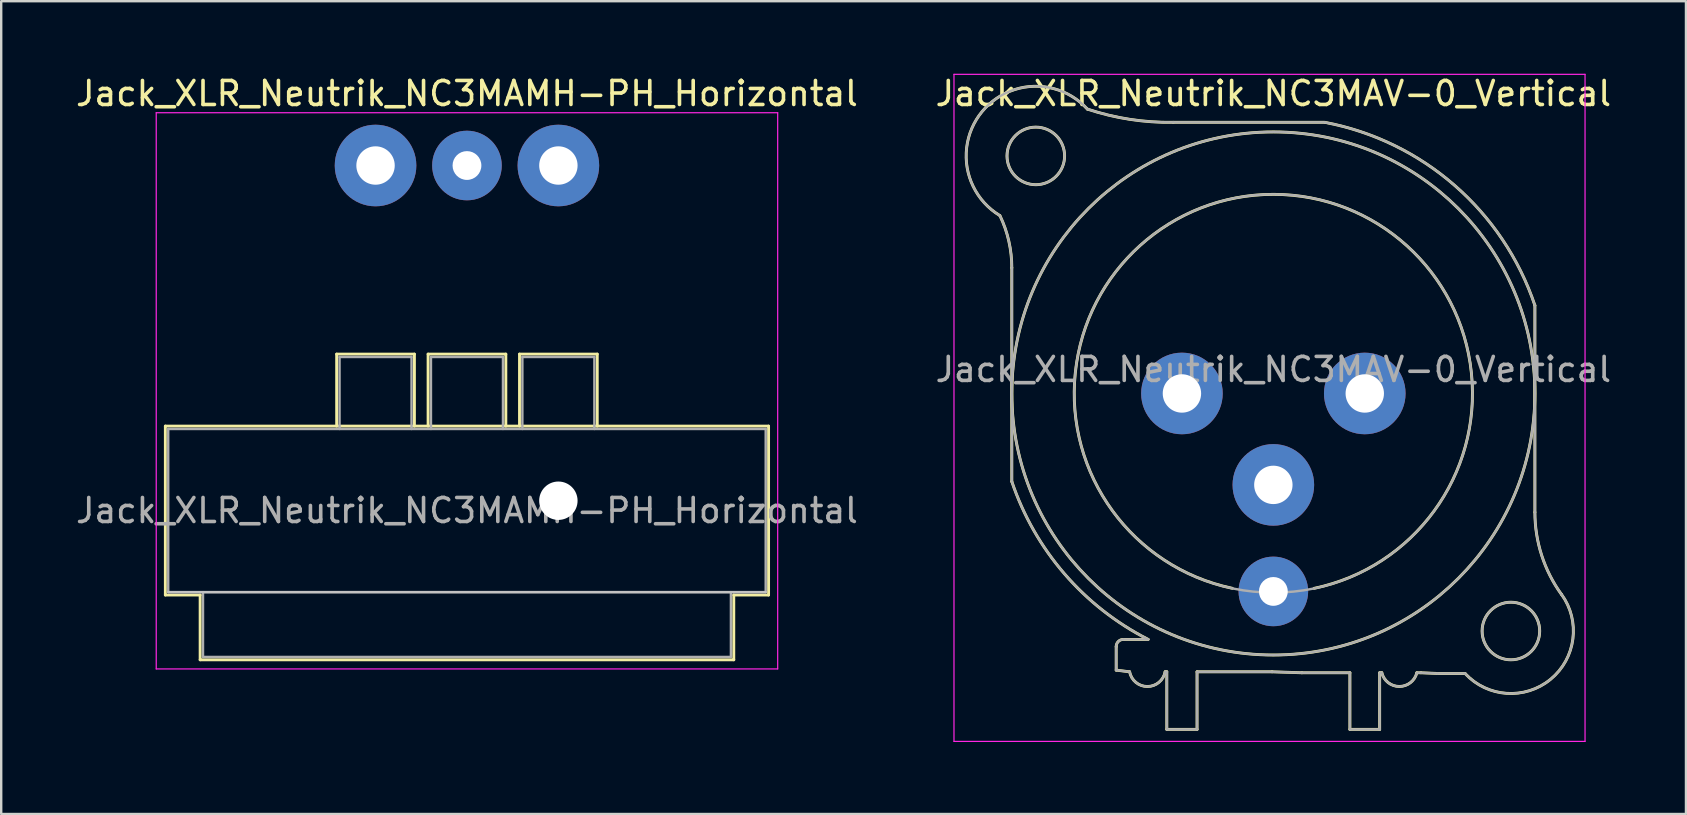
<source format=kicad_pcb>
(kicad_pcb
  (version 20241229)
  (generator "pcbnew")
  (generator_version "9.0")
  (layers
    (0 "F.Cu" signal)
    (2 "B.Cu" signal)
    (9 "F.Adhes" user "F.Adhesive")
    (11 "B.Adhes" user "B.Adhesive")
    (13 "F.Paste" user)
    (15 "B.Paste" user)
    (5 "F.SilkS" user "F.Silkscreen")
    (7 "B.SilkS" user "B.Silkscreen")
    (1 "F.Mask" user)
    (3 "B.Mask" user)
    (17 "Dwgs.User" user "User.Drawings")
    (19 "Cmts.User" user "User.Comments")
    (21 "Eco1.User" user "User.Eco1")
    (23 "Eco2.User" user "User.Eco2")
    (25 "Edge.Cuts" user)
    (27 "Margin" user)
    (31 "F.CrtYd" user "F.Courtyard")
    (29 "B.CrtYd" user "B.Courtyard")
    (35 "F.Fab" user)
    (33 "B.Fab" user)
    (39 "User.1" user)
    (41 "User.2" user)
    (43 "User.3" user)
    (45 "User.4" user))
  (footprint "Jack_XLR_Neutrik_NC3MAMH-PH_Horizontal"
    (layer "F.Cu")
    (at 12.601 3.848)
    (property "Reference" "Jack_XLR_Neutrik_NC3MAMH-PH_Horizontal" (at 3.81 -3 0) (layer "F.SilkS") (effects (font (size 1 1) (thickness 0.15))))
    (attr through_hole)
    (fp_line (start -8.76 10.86) (end 16.38 10.86) (stroke (width 0.12) (type solid)) (layer "F.SilkS"))
    (fp_line (start -8.76 17.9) (end -8.76 10.86) (stroke (width 0.12) (type solid)) (layer "F.SilkS"))
    (fp_line (start -7.31 17.9) (end -8.76 17.9) (stroke (width 0.12) (type solid)) (layer "F.SilkS"))
    (fp_line (start -7.31 17.9) (end -7.31 20.6) (stroke (width 0.12) (type solid)) (layer "F.SilkS"))
    (fp_line (start -1.62 10.86) (end -1.62 7.86) (stroke (width 0.12) (type solid)) (layer "F.SilkS"))
    (fp_line (start 1.62 7.86) (end -1.62 7.86) (stroke (width 0.12) (type solid)) (layer "F.SilkS"))
    (fp_line (start 1.62 10.86) (end 1.62 7.86) (stroke (width 0.12) (type solid)) (layer "F.SilkS"))
    (fp_line (start 2.19 10.86) (end 2.19 7.86) (stroke (width 0.12) (type solid)) (layer "F.SilkS"))
    (fp_line (start 5.43 7.86) (end 2.19 7.86) (stroke (width 0.12) (type solid)) (layer "F.SilkS"))
    (fp_line (start 5.43 10.86) (end 5.43 7.86) (stroke (width 0.12) (type solid)) (layer "F.SilkS"))
    (fp_line (start 6 10.86) (end 6 7.86) (stroke (width 0.12) (type solid)) (layer "F.SilkS"))
    (fp_line (start 9.24 7.86) (end 6 7.86) (stroke (width 0.12) (type solid)) (layer "F.SilkS"))
    (fp_line (start 9.24 10.86) (end 9.24 7.86) (stroke (width 0.12) (type solid)) (layer "F.SilkS"))
    (fp_line (start 14.93 17.9) (end 14.93 20.6) (stroke (width 0.12) (type solid)) (layer "F.SilkS"))
    (fp_line (start 14.93 20.6) (end -7.31 20.6) (stroke (width 0.12) (type solid)) (layer "F.SilkS"))
    (fp_line (start 16.38 17.9) (end 14.93 17.9) (stroke (width 0.12) (type solid)) (layer "F.SilkS"))
    (fp_line (start 16.38 17.9) (end 16.38 10.86) (stroke (width 0.12) (type solid)) (layer "F.SilkS"))
    (fp_line (start 16.26 17.78) (end -8.64 17.78) (stroke (width 0.1) (type solid)) (layer "Dwgs.User"))
    (fp_line (start -9.14 20.98) (end -9.14 -2.2) (stroke (width 0.05) (type solid)) (layer "F.CrtYd"))
    (fp_line (start 16.76 -2.2) (end -9.14 -2.2) (stroke (width 0.05) (type solid)) (layer "F.CrtYd"))
    (fp_line (start 16.76 20.98) (end -9.14 20.98) (stroke (width 0.05) (type solid)) (layer "F.CrtYd"))
    (fp_line (start 16.76 20.98) (end 16.76 -2.2) (stroke (width 0.05) (type solid)) (layer "F.CrtYd"))
    (fp_line (start -8.64 10.98) (end 16.26 10.98) (stroke (width 0.1) (type solid)) (layer "F.Fab"))
    (fp_line (start -8.64 17.78) (end -8.64 10.98) (stroke (width 0.1) (type solid)) (layer "F.Fab"))
    (fp_line (start -7.19 20.48) (end -7.19 17.78) (stroke (width 0.1) (type solid)) (layer "F.Fab"))
    (fp_line (start -1.5 7.98) (end -1.5 10.98) (stroke (width 0.1) (type solid)) (layer "F.Fab"))
    (fp_line (start 1.5 7.98) (end -1.5 7.98) (stroke (width 0.1) (type solid)) (layer "F.Fab"))
    (fp_line (start 1.5 10.98) (end 1.5 7.98) (stroke (width 0.1) (type solid)) (layer "F.Fab"))
    (fp_line (start 2.31 10.98) (end 2.31 7.98) (stroke (width 0.1) (type solid)) (layer "F.Fab"))
    (fp_line (start 5.31 7.98) (end 2.31 7.98) (stroke (width 0.1) (type solid)) (layer "F.Fab"))
    (fp_line (start 5.31 10.98) (end 5.31 7.98) (stroke (width 0.1) (type solid)) (layer "F.Fab"))
    (fp_line (start 6.12 10.98) (end 6.12 7.98) (stroke (width 0.1) (type solid)) (layer "F.Fab"))
    (fp_line (start 9.12 7.98) (end 6.12 7.98) (stroke (width 0.1) (type solid)) (layer "F.Fab"))
    (fp_line (start 9.12 10.98) (end 9.12 7.98) (stroke (width 0.1) (type solid)) (layer "F.Fab"))
    (fp_line (start 14.81 17.78) (end 14.81 20.48) (stroke (width 0.1) (type solid)) (layer "F.Fab"))
    (fp_line (start 14.81 20.48) (end -7.19 20.48) (stroke (width 0.1) (type solid)) (layer "F.Fab"))
    (fp_line (start 16.26 10.98) (end 16.26 17.78) (stroke (width 0.1) (type solid)) (layer "F.Fab"))
    (fp_line (start 16.26 17.78) (end -8.64 17.78) (stroke (width 0.1) (type solid)) (layer "F.Fab"))
    (fp_text user "${REFERENCE}" (at 3.81 14.38 0) (layer "F.Fab") (effects (font (size 1 1) (thickness 0.15))))
    (pad "" np_thru_hole circle (at 7.62 13.97) (size 1.6 1.6) (drill 1.6) (layers "*.Cu" "*.Mask"))
    (pad "1" thru_hole circle (at 0 0) (size 3.4 3.4) (drill 1.6) (layers "*.Cu" "*.Mask"))
    (pad "2" thru_hole circle (at 7.62 0) (size 3.4 3.4) (drill 1.6) (layers "*.Cu" "*.Mask"))
    (pad "3" thru_hole circle (at 3.81 0) (size 2.9 2.9) (drill 1.2) (layers "*.Cu" "*.Mask")))
  (footprint "Jack_XLR_Neutrik_NC3MAV-0_Vertical"
    (layer "F.Cu")
    (at 46.208 13.348)
    (property "Reference" "Jack_XLR_Neutrik_NC3MAV-0_Vertical" (at 3.81 -12.5 0) (layer "F.SilkS") (effects (font (size 1 1) (thickness 0.15))))
    (attr through_hole)
    (fp_line (start -7.09 3.67) (end -7.09 -5.24) (stroke (width 0.12) (type solid)) (layer "F.SilkS"))
    (fp_line (start -2.74 11.53) (end -2.74 10.55) (stroke (width 0.12) (type solid)) (layer "F.SilkS"))
    (fp_line (start -2.74 11.53) (end -2.18 11.6) (stroke (width 0.12) (type solid)) (layer "F.SilkS"))
    (fp_line (start -1.41 10.25) (end -2.44 10.25) (stroke (width 0.12) (type solid)) (layer "F.SilkS"))
    (fp_line (start -0.7 11.6) (end -0.63 11.6) (stroke (width 0.12) (type solid)) (layer "F.SilkS"))
    (fp_line (start -0.63 11.6) (end -0.63 14) (stroke (width 0.12) (type solid)) (layer "F.SilkS"))
    (fp_line (start 0.63 11.6) (end 0.63 14) (stroke (width 0.12) (type solid)) (layer "F.SilkS"))
    (fp_line (start 0.63 11.6) (end 3.76 11.6) (stroke (width 0.12) (type solid)) (layer "F.SilkS"))
    (fp_line (start 0.63 14) (end -0.63 14) (stroke (width 0.12) (type solid)) (layer "F.SilkS"))
    (fp_line (start 3.76 11.6) (end 5 11.64) (stroke (width 0.12) (type solid)) (layer "F.SilkS"))
    (fp_line (start 5 11.64) (end 7 11.64) (stroke (width 0.12) (type solid)) (layer "F.SilkS"))
    (fp_line (start 5.95 -11.3) (end -0.36 -11.3) (stroke (width 0.12) (type solid)) (layer "F.SilkS"))
    (fp_line (start 7 11.64) (end 7 14) (stroke (width 0.12) (type solid)) (layer "F.SilkS"))
    (fp_line (start 8.24 11.64) (end 8.24 14) (stroke (width 0.12) (type solid)) (layer "F.SilkS"))
    (fp_line (start 8.24 11.64) (end 8.33 11.64) (stroke (width 0.12) (type solid)) (layer "F.SilkS"))
    (fp_line (start 8.24 14) (end 7 14) (stroke (width 0.12) (type solid)) (layer "F.SilkS"))
    (fp_line (start 9.79 11.64) (end 9.96 11.64) (stroke (width 0.12) (type solid)) (layer "F.SilkS"))
    (fp_line (start 9.96 11.64) (end 10.66 11.67) (stroke (width 0.12) (type solid)) (layer "F.SilkS"))
    (fp_line (start 10.66 11.67) (end 11.8 11.67) (stroke (width 0.12) (type solid)) (layer "F.SilkS"))
    (fp_line (start 14.71 -3.67) (end 14.71 4.95) (stroke (width 0.12) (type solid)) (layer "F.SilkS"))
    (fp_arc (start -7.593301 -7.417041) (mid -8.329941 -11.745986) (end -3.94 -11.85) (stroke (width 0.12) (type solid)) (layer "F.SilkS"))
    (fp_arc (start -7.585604 -7.412632) (mid -7.215472 -6.354221) (end -7.09 -5.24) (stroke (width 0.12) (type solid)) (layer "F.SilkS"))
    (fp_arc (start -2.74 10.55) (mid -2.652132 10.337868) (end -2.44 10.25) (stroke (width 0.12) (type solid)) (layer "F.SilkS"))
    (fp_arc (start -1.409988 10.248445) (mid -4.895314 7.51641) (end -7.09 3.67) (stroke (width 0.12) (type solid)) (layer "F.SilkS"))
    (fp_arc (start -0.699936 11.599661) (mid -1.439828 12.213127) (end -2.18 11.6) (stroke (width 0.12) (type solid)) (layer "F.SilkS"))
    (fp_arc (start -0.36 -11.3) (mid -2.1728 -11.424322) (end -3.939109 -11.850762) (stroke (width 0.12) (type solid)) (layer "F.SilkS"))
    (fp_arc (start 2.1 8.12) (mid 3.816114 -8.2981) (end 5.508033 8.122511) (stroke (width 0.12) (type solid)) (layer "F.SilkS"))
    (fp_arc (start 5.963496 -11.297847) (mid 11.369395 -8.668013) (end 14.71 -3.67) (stroke (width 0.12) (type solid)) (layer "F.SilkS"))
    (fp_arc (start 9.789694 11.641238) (mid 9.059362 12.211864) (end 8.33 11.64) (stroke (width 0.12) (type solid)) (layer "F.SilkS"))
    (fp_arc (start 15.815277 8.372002) (mid 14.993173 6.748036) (end 14.71 4.95) (stroke (width 0.12) (type solid)) (layer "F.SilkS"))
    (fp_arc (start 15.818809 8.372281) (mid 15.361853 11.913053) (end 11.8 11.67) (stroke (width 0.12) (type solid)) (layer "F.SilkS"))
    (fp_circle (center -6.09 -9.9) (end -4.89 -9.9) (stroke (width 0.12) (type solid)) (fill no) (layer "F.SilkS"))
    (fp_circle (center 3.81 0) (end 14.71 0) (stroke (width 0.12) (type solid)) (fill no) (layer "F.SilkS"))
    (fp_circle (center 13.71 9.9) (end 14.91 9.9) (stroke (width 0.12) (type solid)) (fill no) (layer "F.SilkS"))
    (fp_line (start -9.5 -13.3) (end 16.8 -13.3) (stroke (width 0.05) (type solid)) (layer "F.CrtYd"))
    (fp_line (start -9.5 14.5) (end -9.5 -13.3) (stroke (width 0.05) (type solid)) (layer "F.CrtYd"))
    (fp_line (start 16.8 -13.3) (end 16.8 14.5) (stroke (width 0.05) (type solid)) (layer "F.CrtYd"))
    (fp_line (start 16.8 14.5) (end -9.5 14.5) (stroke (width 0.05) (type solid)) (layer "F.CrtYd"))
    (fp_line (start -7.09 3.67) (end -7.09 -5.24) (stroke (width 0.1) (type solid)) (layer "F.Fab"))
    (fp_line (start -2.74 11.53) (end -2.74 10.55) (stroke (width 0.1) (type solid)) (layer "F.Fab"))
    (fp_line (start -2.74 11.53) (end -2.18 11.6) (stroke (width 0.1) (type solid)) (layer "F.Fab"))
    (fp_line (start -1.41 10.25) (end -2.44 10.25) (stroke (width 0.1) (type solid)) (layer "F.Fab"))
    (fp_line (start -0.7 11.6) (end -0.63 11.6) (stroke (width 0.1) (type solid)) (layer "F.Fab"))
    (fp_line (start -0.63 11.6) (end -0.63 14) (stroke (width 0.1) (type solid)) (layer "F.Fab"))
    (fp_line (start 0.63 11.6) (end 0.63 14) (stroke (width 0.1) (type solid)) (layer "F.Fab"))
    (fp_line (start 0.63 11.6) (end 3.76 11.6) (stroke (width 0.1) (type solid)) (layer "F.Fab"))
    (fp_line (start 0.63 14) (end -0.63 14) (stroke (width 0.1) (type solid)) (layer "F.Fab"))
    (fp_line (start 3.76 11.6) (end 5 11.64) (stroke (width 0.1) (type solid)) (layer "F.Fab"))
    (fp_line (start 5 11.64) (end 7 11.64) (stroke (width 0.1) (type solid)) (layer "F.Fab"))
    (fp_line (start 5.95 -11.3) (end -0.36 -11.3) (stroke (width 0.1) (type solid)) (layer "F.Fab"))
    (fp_line (start 7 11.64) (end 7 14) (stroke (width 0.1) (type solid)) (layer "F.Fab"))
    (fp_line (start 8.24 11.64) (end 8.24 14) (stroke (width 0.1) (type solid)) (layer "F.Fab"))
    (fp_line (start 8.24 11.64) (end 8.33 11.64) (stroke (width 0.1) (type solid)) (layer "F.Fab"))
    (fp_line (start 8.24 14) (end 7 14) (stroke (width 0.1) (type solid)) (layer "F.Fab"))
    (fp_line (start 9.79 11.64) (end 9.96 11.64) (stroke (width 0.1) (type solid)) (layer "F.Fab"))
    (fp_line (start 9.96 11.64) (end 10.66 11.67) (stroke (width 0.1) (type solid)) (layer "F.Fab"))
    (fp_line (start 10.66 11.67) (end 11.8 11.67) (stroke (width 0.1) (type solid)) (layer "F.Fab"))
    (fp_line (start 14.71 -3.67) (end 14.71 4.95) (stroke (width 0.1) (type solid)) (layer "F.Fab"))
    (fp_arc (start -7.593301 -7.417041) (mid -8.329941 -11.745986) (end -3.94 -11.85) (stroke (width 0.1) (type solid)) (layer "F.Fab"))
    (fp_arc (start -7.585604 -7.412632) (mid -7.215472 -6.354221) (end -7.09 -5.24) (stroke (width 0.1) (type solid)) (layer "F.Fab"))
    (fp_arc (start -2.74 10.55) (mid -2.652132 10.337868) (end -2.44 10.25) (stroke (width 0.1) (type solid)) (layer "F.Fab"))
    (fp_arc (start -1.409988 10.248445) (mid -4.895314 7.51641) (end -7.09 3.67) (stroke (width 0.1) (type solid)) (layer "F.Fab"))
    (fp_arc (start -0.699936 11.599661) (mid -1.439828 12.213127) (end -2.18 11.6) (stroke (width 0.1) (type solid)) (layer "F.Fab"))
    (fp_arc (start -0.36 -11.3) (mid -2.1728 -11.424322) (end -3.939109 -11.850762) (stroke (width 0.1) (type solid)) (layer "F.Fab"))
    (fp_arc (start 5.963496 -11.297847) (mid 11.369395 -8.668013) (end 14.71 -3.67) (stroke (width 0.1) (type solid)) (layer "F.Fab"))
    (fp_arc (start 9.789694 11.641238) (mid 9.059362 12.211864) (end 8.33 11.64) (stroke (width 0.1) (type solid)) (layer "F.Fab"))
    (fp_arc (start 15.815277 8.372002) (mid 14.993173 6.748036) (end 14.71 4.95) (stroke (width 0.1) (type solid)) (layer "F.Fab"))
    (fp_arc (start 15.818809 8.372281) (mid 15.361853 11.913053) (end 11.8 11.67) (stroke (width 0.1) (type solid)) (layer "F.Fab"))
    (fp_circle (center -6.09 -9.9) (end -4.89 -9.9) (stroke (width 0.1) (type solid)) (fill no) (layer "F.Fab"))
    (fp_circle (center 3.81 0) (end 12.11 0) (stroke (width 0.1) (type solid)) (fill no) (layer "F.Fab"))
    (fp_circle (center 3.81 0) (end 14.71 0) (stroke (width 0.1) (type solid)) (fill no) (layer "F.Fab"))
    (fp_circle (center 13.71 9.9) (end 14.91 9.9) (stroke (width 0.1) (type solid)) (fill no) (layer "F.Fab"))
    (fp_text user "${REFERENCE}" (at 3.81 -1 0) (layer "F.Fab") (effects (font (size 1 1) (thickness 0.15))))
    (pad "1" thru_hole circle (at 0 0) (size 3.4 3.4) (drill 1.6) (layers "*.Cu" "*.Mask"))
    (pad "2" thru_hole circle (at 7.62 0) (size 3.4 3.4) (drill 1.6) (layers "*.Cu" "*.Mask"))
    (pad "3" thru_hole circle (at 3.81 3.81) (size 3.4 3.4) (drill 1.6) (layers "*.Cu" "*.Mask"))
    (pad "G" thru_hole circle (at 3.81 8.25) (size 2.9 2.9) (drill 1.2) (layers "*.Cu" "*.Mask")))
  (gr_rect
    (start -3 -3)
    (end 67.214 30.873)
    (stroke (width 0.1) (type default))
    (fill no)
    (layer "Edge.Cuts")))
</source>
